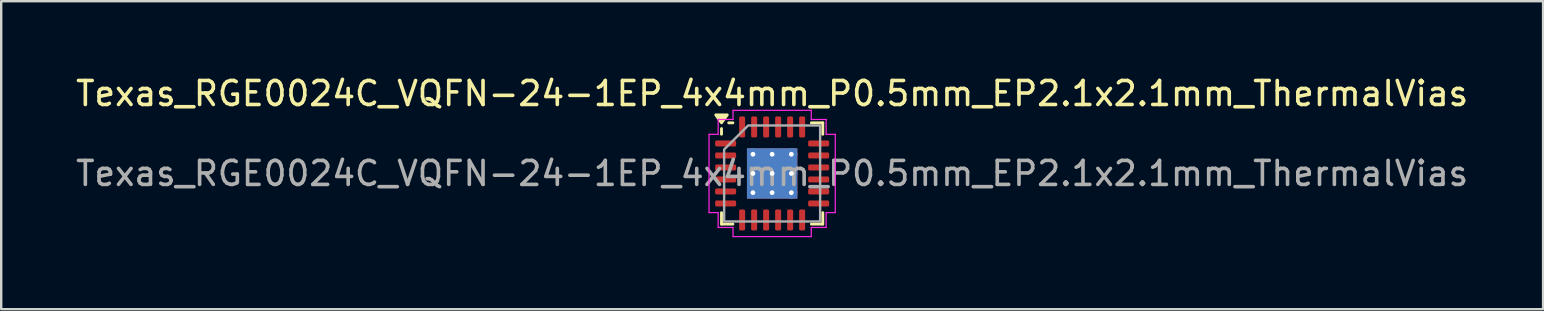
<source format=kicad_pcb>
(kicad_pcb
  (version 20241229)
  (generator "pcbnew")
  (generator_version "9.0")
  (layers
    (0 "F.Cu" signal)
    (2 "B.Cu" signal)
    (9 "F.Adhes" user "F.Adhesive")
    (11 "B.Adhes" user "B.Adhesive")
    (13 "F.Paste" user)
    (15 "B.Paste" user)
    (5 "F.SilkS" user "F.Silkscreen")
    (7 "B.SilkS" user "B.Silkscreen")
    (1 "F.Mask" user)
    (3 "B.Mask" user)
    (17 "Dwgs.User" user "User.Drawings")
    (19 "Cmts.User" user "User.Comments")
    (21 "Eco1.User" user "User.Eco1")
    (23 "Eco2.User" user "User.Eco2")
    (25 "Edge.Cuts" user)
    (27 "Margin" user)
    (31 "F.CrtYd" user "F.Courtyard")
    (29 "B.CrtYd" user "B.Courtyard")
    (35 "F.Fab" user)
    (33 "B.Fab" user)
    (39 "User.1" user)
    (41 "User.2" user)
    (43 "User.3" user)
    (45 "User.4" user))
  (footprint "Texas_RGE0024C_VQFN-24-1EP_4x4mm_P0.5mm_EP2.1x2.1mm_ThermalVias"
    (layer "F.Cu")
    (at 29.125 4.178)
    (property "Reference" "Texas_RGE0024C_VQFN-24-1EP_4x4mm_P0.5mm_EP2.1x2.1mm_ThermalVias" (at 0 -3.33 0) (layer "F.SilkS") (effects (font (size 1 1) (thickness 0.15))))
    (attr smd)
    (fp_line (start -2.11 -1.635) (end -2.11 -1.87) (stroke (width 0.12) (type solid)) (layer "F.SilkS"))
    (fp_line (start -2.11 2.11) (end -2.11 1.635) (stroke (width 0.12) (type solid)) (layer "F.SilkS"))
    (fp_line (start -1.635 -2.11) (end -1.81 -2.11) (stroke (width 0.12) (type solid)) (layer "F.SilkS"))
    (fp_line (start -1.635 2.11) (end -2.11 2.11) (stroke (width 0.12) (type solid)) (layer "F.SilkS"))
    (fp_line (start 1.635 -2.11) (end 2.11 -2.11) (stroke (width 0.12) (type solid)) (layer "F.SilkS"))
    (fp_line (start 1.635 2.11) (end 2.11 2.11) (stroke (width 0.12) (type solid)) (layer "F.SilkS"))
    (fp_line (start 2.11 -2.11) (end 2.11 -1.635) (stroke (width 0.12) (type solid)) (layer "F.SilkS"))
    (fp_line (start 2.11 2.11) (end 2.11 1.635) (stroke (width 0.12) (type solid)) (layer "F.SilkS"))
    (fp_poly (pts (xy -2.11 -2.11) (xy -2.35 -2.44) (xy -1.87 -2.44)) (stroke (width 0.12) (type solid)) (fill yes) (layer "F.SilkS"))
    (fp_line (start -2.63 -1.63) (end -2.25 -1.63) (stroke (width 0.05) (type solid)) (layer "F.CrtYd"))
    (fp_line (start -2.63 1.63) (end -2.63 -1.63) (stroke (width 0.05) (type solid)) (layer "F.CrtYd"))
    (fp_line (start -2.25 -2.25) (end -1.63 -2.25) (stroke (width 0.05) (type solid)) (layer "F.CrtYd"))
    (fp_line (start -2.25 -1.63) (end -2.25 -2.25) (stroke (width 0.05) (type solid)) (layer "F.CrtYd"))
    (fp_line (start -2.25 1.63) (end -2.63 1.63) (stroke (width 0.05) (type solid)) (layer "F.CrtYd"))
    (fp_line (start -2.25 2.25) (end -2.25 1.63) (stroke (width 0.05) (type solid)) (layer "F.CrtYd"))
    (fp_line (start -1.63 -2.63) (end 1.63 -2.63) (stroke (width 0.05) (type solid)) (layer "F.CrtYd"))
    (fp_line (start -1.63 -2.25) (end -1.63 -2.63) (stroke (width 0.05) (type solid)) (layer "F.CrtYd"))
    (fp_line (start -1.63 2.25) (end -2.25 2.25) (stroke (width 0.05) (type solid)) (layer "F.CrtYd"))
    (fp_line (start -1.63 2.63) (end -1.63 2.25) (stroke (width 0.05) (type solid)) (layer "F.CrtYd"))
    (fp_line (start 1.63 -2.63) (end 1.63 -2.25) (stroke (width 0.05) (type solid)) (layer "F.CrtYd"))
    (fp_line (start 1.63 -2.25) (end 2.25 -2.25) (stroke (width 0.05) (type solid)) (layer "F.CrtYd"))
    (fp_line (start 1.63 2.25) (end 1.63 2.63) (stroke (width 0.05) (type solid)) (layer "F.CrtYd"))
    (fp_line (start 1.63 2.63) (end -1.63 2.63) (stroke (width 0.05) (type solid)) (layer "F.CrtYd"))
    (fp_line (start 2.25 -2.25) (end 2.25 -1.63) (stroke (width 0.05) (type solid)) (layer "F.CrtYd"))
    (fp_line (start 2.25 -1.63) (end 2.63 -1.63) (stroke (width 0.05) (type solid)) (layer "F.CrtYd"))
    (fp_line (start 2.25 1.63) (end 2.25 2.25) (stroke (width 0.05) (type solid)) (layer "F.CrtYd"))
    (fp_line (start 2.25 2.25) (end 1.63 2.25) (stroke (width 0.05) (type solid)) (layer "F.CrtYd"))
    (fp_line (start 2.63 -1.63) (end 2.63 1.63) (stroke (width 0.05) (type solid)) (layer "F.CrtYd"))
    (fp_line (start 2.63 1.63) (end 2.25 1.63) (stroke (width 0.05) (type solid)) (layer "F.CrtYd"))
    (fp_poly (pts (xy -2 -1) (xy -2 2) (xy 2 2) (xy 2 -2) (xy -1 -2)) (stroke (width 0.1) (type solid)) (fill no) (layer "F.Fab"))
    (fp_text user "${REFERENCE}" (at 0 0 0) (layer "F.Fab") (effects (font (size 1 1) (thickness 0.15))))
    (pad "" smd roundrect (at -0.525 -0.525) (size 0.85 0.85) (layers "F.Paste") (roundrect_rratio 0.25))
    (pad "" smd roundrect (at -0.525 0.525) (size 0.85 0.85) (layers "F.Paste") (roundrect_rratio 0.25))
    (pad "" smd roundrect (at 0.525 -0.525) (size 0.85 0.85) (layers "F.Paste") (roundrect_rratio 0.25))
    (pad "" smd roundrect (at 0.525 0.525) (size 0.85 0.85) (layers "F.Paste") (roundrect_rratio 0.25))
    (pad "1" smd roundrect (at -1.938 -1.25) (size 0.875 0.25) (layers "F.Cu" "F.Mask" "F.Paste") (roundrect_rratio 0.25))
    (pad "2" smd roundrect (at -1.938 -0.75) (size 0.875 0.25) (layers "F.Cu" "F.Mask" "F.Paste") (roundrect_rratio 0.25))
    (pad "3" smd roundrect (at -1.938 -0.25) (size 0.875 0.25) (layers "F.Cu" "F.Mask" "F.Paste") (roundrect_rratio 0.25))
    (pad "4" smd roundrect (at -1.938 0.25) (size 0.875 0.25) (layers "F.Cu" "F.Mask" "F.Paste") (roundrect_rratio 0.25))
    (pad "5" smd roundrect (at -1.938 0.75) (size 0.875 0.25) (layers "F.Cu" "F.Mask" "F.Paste") (roundrect_rratio 0.25))
    (pad "6" smd roundrect (at -1.938 1.25) (size 0.875 0.25) (layers "F.Cu" "F.Mask" "F.Paste") (roundrect_rratio 0.25))
    (pad "7" smd roundrect (at -1.25 1.938) (size 0.25 0.875) (layers "F.Cu" "F.Mask" "F.Paste") (roundrect_rratio 0.25))
    (pad "8" smd roundrect (at -0.75 1.938) (size 0.25 0.875) (layers "F.Cu" "F.Mask" "F.Paste") (roundrect_rratio 0.25))
    (pad "9" smd roundrect (at -0.25 1.938) (size 0.25 0.875) (layers "F.Cu" "F.Mask" "F.Paste") (roundrect_rratio 0.25))
    (pad "10" smd roundrect (at 0.25 1.938) (size 0.25 0.875) (layers "F.Cu" "F.Mask" "F.Paste") (roundrect_rratio 0.25))
    (pad "11" smd roundrect (at 0.75 1.938) (size 0.25 0.875) (layers "F.Cu" "F.Mask" "F.Paste") (roundrect_rratio 0.25))
    (pad "12" smd roundrect (at 1.25 1.938) (size 0.25 0.875) (layers "F.Cu" "F.Mask" "F.Paste") (roundrect_rratio 0.25))
    (pad "13" smd roundrect (at 1.938 1.25) (size 0.875 0.25) (layers "F.Cu" "F.Mask" "F.Paste") (roundrect_rratio 0.25))
    (pad "14" smd roundrect (at 1.938 0.75) (size 0.875 0.25) (layers "F.Cu" "F.Mask" "F.Paste") (roundrect_rratio 0.25))
    (pad "15" smd roundrect (at 1.938 0.25) (size 0.875 0.25) (layers "F.Cu" "F.Mask" "F.Paste") (roundrect_rratio 0.25))
    (pad "16" smd roundrect (at 1.938 -0.25) (size 0.875 0.25) (layers "F.Cu" "F.Mask" "F.Paste") (roundrect_rratio 0.25))
    (pad "17" smd roundrect (at 1.938 -0.75) (size 0.875 0.25) (layers "F.Cu" "F.Mask" "F.Paste") (roundrect_rratio 0.25))
    (pad "18" smd roundrect (at 1.938 -1.25) (size 0.875 0.25) (layers "F.Cu" "F.Mask" "F.Paste") (roundrect_rratio 0.25))
    (pad "19" smd roundrect (at 1.25 -1.938) (size 0.25 0.875) (layers "F.Cu" "F.Mask" "F.Paste") (roundrect_rratio 0.25))
    (pad "20" smd roundrect (at 0.75 -1.938) (size 0.25 0.875) (layers "F.Cu" "F.Mask" "F.Paste") (roundrect_rratio 0.25))
    (pad "21" smd roundrect (at 0.25 -1.938) (size 0.25 0.875) (layers "F.Cu" "F.Mask" "F.Paste") (roundrect_rratio 0.25))
    (pad "22" smd roundrect (at -0.25 -1.938) (size 0.25 0.875) (layers "F.Cu" "F.Mask" "F.Paste") (roundrect_rratio 0.25))
    (pad "23" smd roundrect (at -0.75 -1.938) (size 0.25 0.875) (layers "F.Cu" "F.Mask" "F.Paste") (roundrect_rratio 0.25))
    (pad "24" smd roundrect (at -1.25 -1.938) (size 0.25 0.875) (layers "F.Cu" "F.Mask" "F.Paste") (roundrect_rratio 0.25))
    (pad "25" thru_hole circle (at -0.8 -0.8) (size 0.5 0.5) (drill 0.2) (property pad_prop_heatsink) (layers "*.Cu"))
    (pad "25" thru_hole circle (at -0.8 0) (size 0.5 0.5) (drill 0.2) (property pad_prop_heatsink) (layers "*.Cu"))
    (pad "25" thru_hole circle (at -0.8 0.8) (size 0.5 0.5) (drill 0.2) (property pad_prop_heatsink) (layers "*.Cu"))
    (pad "25" thru_hole circle (at 0 -0.8) (size 0.5 0.5) (drill 0.2) (property pad_prop_heatsink) (layers "*.Cu"))
    (pad "25" thru_hole circle (at 0 0) (size 0.5 0.5) (drill 0.2) (property pad_prop_heatsink) (layers "*.Cu"))
    (pad "25" smd rect (at 0 0) (size 2.1 2.1) (property pad_prop_heatsink) (layers "F.Cu" "F.Mask"))
    (pad "25" smd rect (at 0 0) (size 2.1 2.1) (property pad_prop_heatsink) (layers "B.Cu"))
    (pad "25" thru_hole circle (at 0 0.8) (size 0.5 0.5) (drill 0.2) (property pad_prop_heatsink) (layers "*.Cu"))
    (pad "25" thru_hole circle (at 0.8 -0.8) (size 0.5 0.5) (drill 0.2) (property pad_prop_heatsink) (layers "*.Cu"))
    (pad "25" thru_hole circle (at 0.8 0) (size 0.5 0.5) (drill 0.2) (property pad_prop_heatsink) (layers "*.Cu"))
    (pad "25" thru_hole circle (at 0.8 0.8) (size 0.5 0.5) (drill 0.2) (property pad_prop_heatsink) (layers "*.Cu")))
  (gr_rect
    (start -3 -3)
    (end 61.25 9.833)
    (stroke (width 0.1) (type default))
    (fill no)
    (layer "Edge.Cuts")))
</source>
